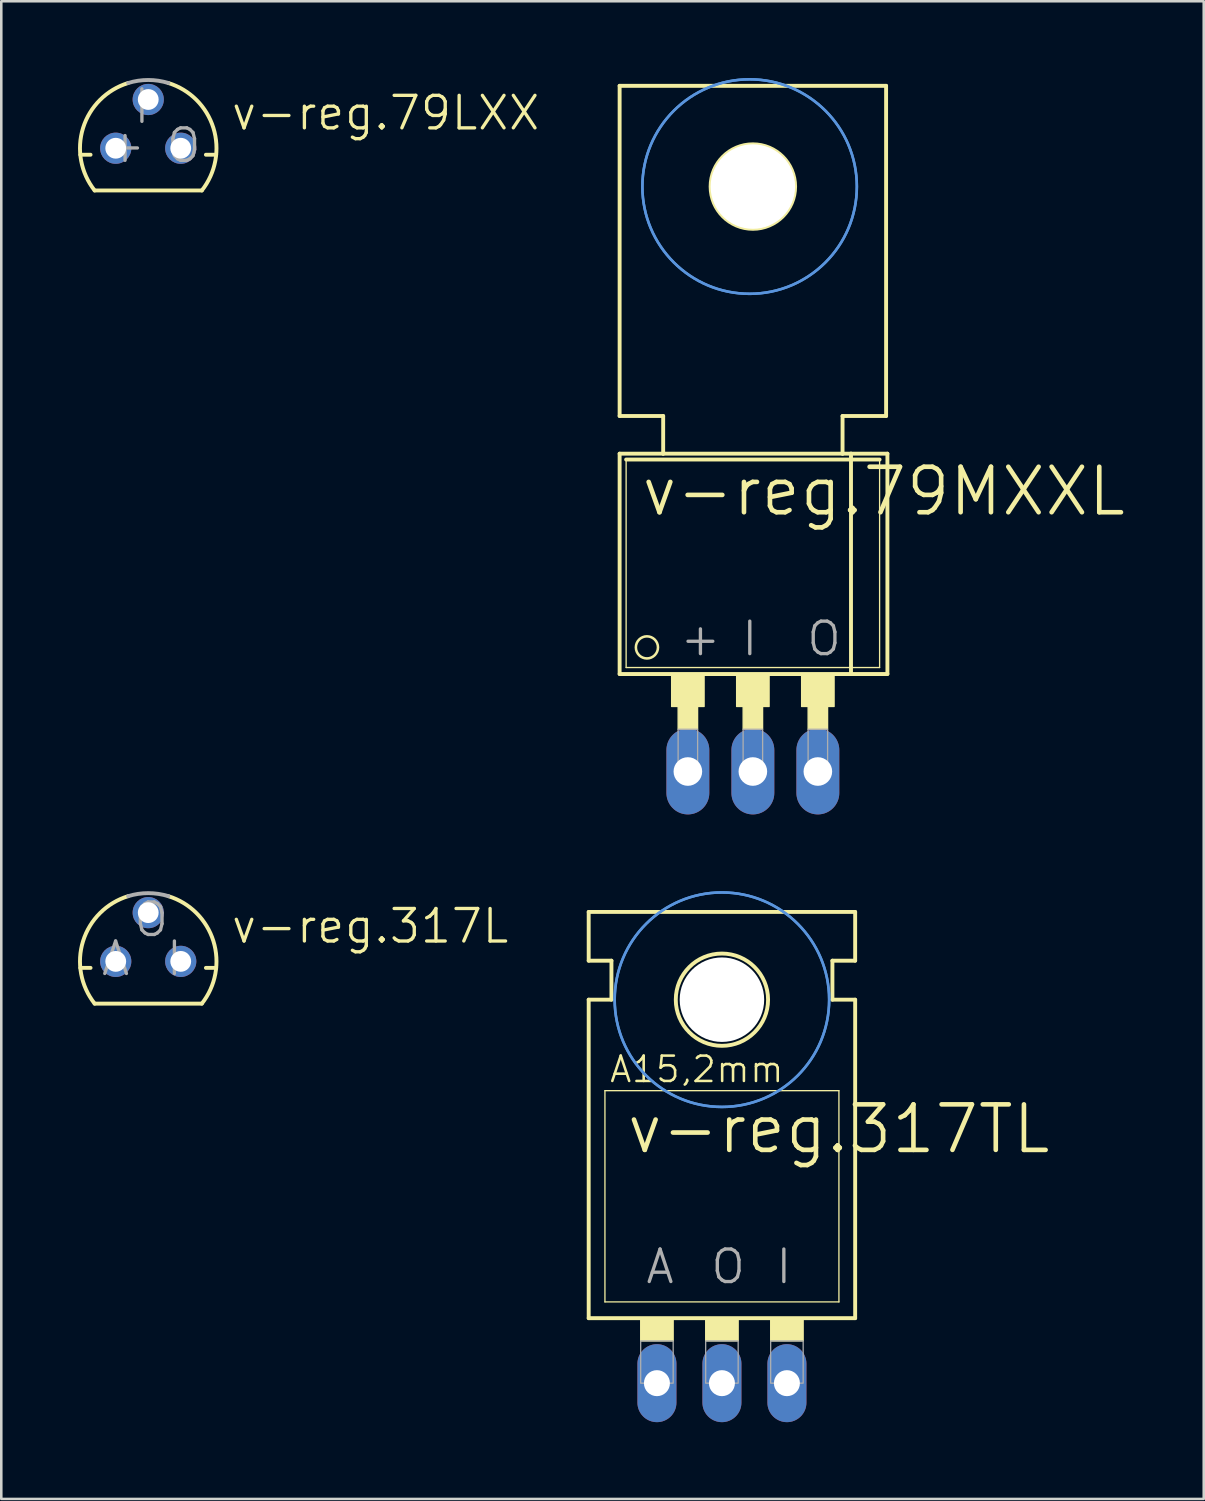
<source format=kicad_pcb>
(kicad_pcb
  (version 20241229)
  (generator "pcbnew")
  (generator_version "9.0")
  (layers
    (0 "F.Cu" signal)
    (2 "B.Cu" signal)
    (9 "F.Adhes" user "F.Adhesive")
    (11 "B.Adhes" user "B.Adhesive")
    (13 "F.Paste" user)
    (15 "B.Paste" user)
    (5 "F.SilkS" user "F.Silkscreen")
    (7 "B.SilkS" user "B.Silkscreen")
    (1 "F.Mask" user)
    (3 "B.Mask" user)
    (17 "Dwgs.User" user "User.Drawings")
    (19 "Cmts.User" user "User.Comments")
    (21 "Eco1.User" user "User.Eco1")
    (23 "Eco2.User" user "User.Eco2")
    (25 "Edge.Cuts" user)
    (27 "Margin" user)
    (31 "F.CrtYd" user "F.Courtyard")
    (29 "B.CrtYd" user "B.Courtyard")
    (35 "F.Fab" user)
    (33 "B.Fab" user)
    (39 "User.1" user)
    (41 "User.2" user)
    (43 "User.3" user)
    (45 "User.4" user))
  (footprint "v-reg.317TL"
    (layer "F.Cu")
    (at 25.163 47.194)
    (property "Reference" "v-reg.317TL" (at -3.81 -5.08 0) (layer "F.SilkS") (effects (font (size 1.778 1.778) (thickness 0.18)) (justify left bottom)))
    (attr through_hole)
    (fp_line (start -5.207 -12.7) (end -5.207 -14.605) (stroke (width 0.152) (type default)) (layer "F.SilkS"))
    (fp_line (start -5.207 -11.176) (end -4.318 -11.176) (stroke (width 0.152) (type default)) (layer "F.SilkS"))
    (fp_line (start -5.207 1.27) (end -5.207 -11.176) (stroke (width 0.152) (type default)) (layer "F.SilkS"))
    (fp_line (start -5.207 1.27) (end 5.207 1.27) (stroke (width 0.152) (type default)) (layer "F.SilkS"))
    (fp_line (start -4.572 0.635) (end -4.572 -7.62) (stroke (width 0.051) (type default)) (layer "F.SilkS"))
    (fp_line (start -4.572 0.635) (end 4.572 0.635) (stroke (width 0.051) (type default)) (layer "F.SilkS"))
    (fp_line (start -4.318 -12.7) (end -5.207 -12.7) (stroke (width 0.152) (type default)) (layer "F.SilkS"))
    (fp_line (start -4.318 -11.176) (end -4.318 -12.7) (stroke (width 0.152) (type default)) (layer "F.SilkS"))
    (fp_line (start 4.318 -12.7) (end 5.207 -12.7) (stroke (width 0.152) (type default)) (layer "F.SilkS"))
    (fp_line (start 4.318 -11.176) (end 4.318 -12.7) (stroke (width 0.152) (type default)) (layer "F.SilkS"))
    (fp_line (start 4.572 -7.62) (end -4.572 -7.62) (stroke (width 0.051) (type default)) (layer "F.SilkS"))
    (fp_line (start 4.572 -7.62) (end 4.572 0.635) (stroke (width 0.051) (type default)) (layer "F.SilkS"))
    (fp_line (start 5.207 -14.605) (end -5.207 -14.605) (stroke (width 0.152) (type default)) (layer "F.SilkS"))
    (fp_line (start 5.207 -12.7) (end 5.207 -14.605) (stroke (width 0.152) (type default)) (layer "F.SilkS"))
    (fp_line (start 5.207 -11.176) (end 4.318 -11.176) (stroke (width 0.152) (type default)) (layer "F.SilkS"))
    (fp_line (start 5.207 1.27) (end 5.207 -11.176) (stroke (width 0.152) (type default)) (layer "F.SilkS"))
    (fp_rect (start -3.175 2.159) (end -1.905 1.27) (stroke (width 0.05) (type default)) (fill yes) (layer "F.SilkS"))
    (fp_rect (start -0.635 2.159) (end 0.635 1.27) (stroke (width 0.05) (type default)) (fill yes) (layer "F.SilkS"))
    (fp_rect (start 1.905 2.159) (end 3.175 1.27) (stroke (width 0.05) (type default)) (fill yes) (layer "F.SilkS"))
    (fp_circle (center 0 -11.176) (end 1.803 -11.176) (stroke (width 0.152) (type default)) (fill no) (layer "F.SilkS"))
    (fp_circle (center 0 -11.176) (end 4.191 -11.176) (stroke (width 0.1) (type default)) (fill no) (layer "Cmts.User"))
    (fp_circle (center 0 -11.176) (end 4.191 -11.176) (stroke (width 0.1) (type default)) (fill no) (layer "Cmts.User"))
    (fp_rect (start -3.175 3.81) (end -1.905 2.159) (stroke (width 0.05) (type default)) (fill no) (layer "F.Fab"))
    (fp_rect (start -0.635 3.81) (end 0.635 2.159) (stroke (width 0.05) (type default)) (fill no) (layer "F.Fab"))
    (fp_rect (start 1.905 3.81) (end 3.175 2.159) (stroke (width 0.05) (type default)) (fill no) (layer "F.Fab"))
    (fp_text user "A15,2mm" (at -4.445 -7.874 0) (layer "F.SilkS") (effects (font (size 0.991 0.991) (thickness 0.1)) (justify left bottom)))
    (fp_text user "A" (at -3.048 0 0) (layer "F.Fab") (effects (font (size 1.27 1.27) (thickness 0.13)) (justify left bottom)))
    (fp_text user "I" (at 2.032 0 0) (layer "F.Fab") (effects (font (size 1.27 1.27) (thickness 0.13)) (justify left bottom)))
    (fp_text user "O" (at -0.508 0 0) (layer "F.Fab") (effects (font (size 1.27 1.27) (thickness 0.13)) (justify left bottom)))
    (pad "" np_thru_hole circle (at 0 -11.176) (size 3.302 3.302) (drill 3.302) (layers "*.Cu" "*.Mask"))
    (pad "1" thru_hole oval (at -2.54 3.81 90) (size 3.048 1.524) (drill 1.016) (layers "*.Cu" "*.Mask"))
    (pad "2" thru_hole oval (at 0 3.81 90) (size 3.048 1.524) (drill 1.016) (layers "*.Cu" "*.Mask"))
    (pad "3" thru_hole oval (at 2.54 3.81 90) (size 3.048 1.524) (drill 1.016) (layers "*.Cu" "*.Mask")))
  (footprint "v-reg.317L"
    (layer "F.Cu")
    (at 2.743 34.521)
    (property "Reference" "v-reg.317L" (at 3.175 -0.635 0) (layer "F.SilkS") (effects (font (size 1.27 1.27) (thickness 0.13)) (justify left bottom)))
    (attr through_hole)
    (fp_line (start -2.655 0.254) (end -2.254 0.254) (stroke (width 0.152) (type default)) (layer "F.SilkS"))
    (fp_line (start -2.095 1.651) (end 2.095 1.651) (stroke (width 0.152) (type default)) (layer "F.SilkS"))
    (fp_line (start 2.254 0.254) (end 2.655 0.254) (stroke (width 0.152) (type default)) (layer "F.SilkS"))
    (fp_arc (start -2.0946 1.651) (mid -2.54634 -0.793276) (end -0.7863 -2.5485) (stroke (width 0.1524) (type default)) (layer "F.SilkS"))
    (fp_arc (start 0.7868 -2.5484) (mid 2.54677 -0.793201) (end 2.095 1.651) (stroke (width 0.1524) (type default)) (layer "F.SilkS"))
    (fp_arc (start -0.7863 -2.5485) (mid 0 -2.667043) (end 0.7863 -2.5485) (stroke (width 0.1524) (type default)) (layer "F.Fab"))
    (fp_text user "O" (at -0.635 -0.889 0) (layer "F.Fab") (effects (font (size 1.27 1.27) (thickness 0.13)) (justify left bottom)))
    (fp_text user "A" (at -1.905 0.635 0) (layer "F.Fab") (effects (font (size 1.27 1.27) (thickness 0.13)) (justify left bottom)))
    (fp_text user "I" (at 0.635 0.635 0) (layer "F.Fab") (effects (font (size 1.27 1.27) (thickness 0.13)) (justify left bottom)))
    (pad "1" thru_hole circle (at -1.27 0) (size 1.219 1.219) (drill 0.813) (layers "*.Cu" "*.Mask"))
    (pad "2" thru_hole circle (at 0 -1.905) (size 1.219 1.219) (drill 0.813) (layers "*.Cu" "*.Mask"))
    (pad "3" thru_hole circle (at 1.27 0) (size 1.219 1.219) (drill 0.813) (layers "*.Cu" "*.Mask")))
  (footprint "v-reg.79LXX"
    (layer "F.Cu")
    (at 2.743 2.743)
    (property "Reference" "v-reg.79LXX" (at 3.175 -0.635 0) (layer "F.SilkS") (effects (font (size 1.27 1.27) (thickness 0.13)) (justify left bottom)))
    (attr through_hole)
    (fp_line (start -2.655 0.254) (end -2.254 0.254) (stroke (width 0.152) (type default)) (layer "F.SilkS"))
    (fp_line (start -2.095 1.651) (end 2.095 1.651) (stroke (width 0.152) (type default)) (layer "F.SilkS"))
    (fp_line (start 2.254 0.254) (end 2.655 0.254) (stroke (width 0.152) (type default)) (layer "F.SilkS"))
    (fp_arc (start -2.0946 1.651) (mid -2.54634 -0.793276) (end -0.7863 -2.5485) (stroke (width 0.1524) (type default)) (layer "F.SilkS"))
    (fp_arc (start 0.7868 -2.5484) (mid 2.54677 -0.793201) (end 2.095 1.651) (stroke (width 0.1524) (type default)) (layer "F.SilkS"))
    (fp_arc (start -0.7863 -2.5485) (mid 0 -2.667043) (end 0.7863 -2.5485) (stroke (width 0.1524) (type default)) (layer "F.Fab"))
    (fp_text user "+" (at -1.778 0.635 0) (layer "F.Fab") (effects (font (size 1.27 1.27) (thickness 0.13)) (justify left bottom)))
    (fp_text user "I" (at -0.635 -0.889 0) (layer "F.Fab") (effects (font (size 1.27 1.27) (thickness 0.13)) (justify left bottom)))
    (fp_text user "O" (at 0.635 0.635 0) (layer "F.Fab") (effects (font (size 1.27 1.27) (thickness 0.13)) (justify left bottom)))
    (pad "GND" thru_hole circle (at -1.27 0) (size 1.219 1.219) (drill 0.813) (layers "*.Cu" "*.Mask"))
    (pad "IN" thru_hole circle (at 0 -1.905) (size 1.219 1.219) (drill 0.813) (layers "*.Cu" "*.Mask"))
    (pad "OUT" thru_hole circle (at 1.27 0) (size 1.219 1.219) (drill 0.813) (layers "*.Cu" "*.Mask")))
  (footprint "v-reg.79MXXL"
    (layer "F.Cu")
    (at 26.372 22.021)
    (property "Reference" "v-reg.79MXXL" (at -4.445 -4.826 0) (layer "F.SilkS") (effects (font (size 1.778 1.778) (thickness 0.18)) (justify left bottom)))
    (attr through_hole)
    (fp_line (start -5.207 -21.717) (end -5.207 -8.814) (stroke (width 0.152) (type default)) (layer "F.SilkS"))
    (fp_line (start -5.207 -7.341) (end -3.505 -7.341) (stroke (width 0.152) (type default)) (layer "F.SilkS"))
    (fp_line (start -5.207 1.27) (end -5.207 -7.341) (stroke (width 0.152) (type default)) (layer "F.SilkS"))
    (fp_line (start -5.207 1.27) (end 3.835 1.27) (stroke (width 0.152) (type default)) (layer "F.SilkS"))
    (fp_line (start -4.953 1.016) (end -4.953 -7.112) (stroke (width 0.051) (type default)) (layer "F.SilkS"))
    (fp_line (start -4.953 1.016) (end 4.953 1.016) (stroke (width 0.051) (type default)) (layer "F.SilkS"))
    (fp_line (start -3.505 -8.814) (end -5.207 -8.814) (stroke (width 0.152) (type default)) (layer "F.SilkS"))
    (fp_line (start -3.505 -7.341) (end -3.505 -8.814) (stroke (width 0.152) (type default)) (layer "F.SilkS"))
    (fp_line (start -3.505 -7.341) (end 3.505 -7.341) (stroke (width 0.152) (type default)) (layer "F.SilkS"))
    (fp_line (start 3.505 -8.814) (end 3.505 -7.341) (stroke (width 0.152) (type default)) (layer "F.SilkS"))
    (fp_line (start 3.505 -7.341) (end 3.835 -7.341) (stroke (width 0.152) (type default)) (layer "F.SilkS"))
    (fp_line (start 3.835 -7.341) (end 5.258 -7.341) (stroke (width 0.152) (type default)) (layer "F.SilkS"))
    (fp_line (start 3.835 1.27) (end 3.835 -7.341) (stroke (width 0.152) (type default)) (layer "F.SilkS"))
    (fp_line (start 3.835 1.27) (end 5.258 1.27) (stroke (width 0.152) (type default)) (layer "F.SilkS"))
    (fp_line (start 4.953 -7.112) (end -4.953 -7.112) (stroke (width 0.152) (type default)) (layer "F.SilkS"))
    (fp_line (start 4.953 -7.112) (end 4.953 1.016) (stroke (width 0.051) (type default)) (layer "F.SilkS"))
    (fp_line (start 5.207 -21.717) (end -5.207 -21.717) (stroke (width 0.152) (type default)) (layer "F.SilkS"))
    (fp_line (start 5.207 -21.717) (end 5.207 -8.814) (stroke (width 0.152) (type default)) (layer "F.SilkS"))
    (fp_line (start 5.207 -8.814) (end 3.505 -8.814) (stroke (width 0.152) (type default)) (layer "F.SilkS"))
    (fp_line (start 5.258 1.27) (end 5.258 -7.341) (stroke (width 0.152) (type default)) (layer "F.SilkS"))
    (fp_rect (start -3.175 2.54) (end -1.905 1.27) (stroke (width 0.05) (type default)) (fill yes) (layer "F.SilkS"))
    (fp_rect (start -2.921 3.429) (end -2.159 2.54) (stroke (width 0.05) (type default)) (fill yes) (layer "F.SilkS"))
    (fp_rect (start -0.635 2.54) (end 0.635 1.27) (stroke (width 0.05) (type default)) (fill yes) (layer "F.SilkS"))
    (fp_rect (start -0.381 3.429) (end 0.381 2.54) (stroke (width 0.05) (type default)) (fill yes) (layer "F.SilkS"))
    (fp_rect (start 1.905 2.54) (end 3.175 1.27) (stroke (width 0.05) (type default)) (fill yes) (layer "F.SilkS"))
    (fp_rect (start 2.159 3.429) (end 2.921 2.54) (stroke (width 0.05) (type default)) (fill yes) (layer "F.SilkS"))
    (fp_circle (center -4.14 0.229) (end -3.708 0.229) (stroke (width 0.1) (type default)) (fill no) (layer "F.SilkS"))
    (fp_circle (center 0 -17.78) (end 1.651 -17.78) (stroke (width 0.152) (type default)) (fill no) (layer "F.SilkS"))
    (fp_circle (center -0.127 -17.78) (end 4.064 -17.78) (stroke (width 0.1) (type default)) (fill no) (layer "Cmts.User"))
    (fp_circle (center -0.127 -17.78) (end 4.064 -17.78) (stroke (width 0.1) (type default)) (fill no) (layer "Cmts.User"))
    (fp_rect (start -2.921 5.08) (end -2.159 3.429) (stroke (width 0.05) (type default)) (fill no) (layer "F.Fab"))
    (fp_rect (start -0.381 5.08) (end 0.381 3.429) (stroke (width 0.05) (type default)) (fill no) (layer "F.Fab"))
    (fp_rect (start 2.159 5.08) (end 2.921 3.429) (stroke (width 0.05) (type default)) (fill no) (layer "F.Fab"))
    (fp_text user "+" (at -2.921 0.635 0) (layer "F.Fab") (effects (font (size 1.27 1.27) (thickness 0.13)) (justify left bottom)))
    (fp_text user "I" (at -0.508 0.635 0) (layer "F.Fab") (effects (font (size 1.27 1.27) (thickness 0.13)) (justify left bottom)))
    (fp_text user "O" (at 2.032 0.635 0) (layer "F.Fab") (effects (font (size 1.27 1.27) (thickness 0.13)) (justify left bottom)))
    (pad "" np_thru_hole circle (at 0 -17.78) (size 3.302 3.302) (drill 3.302) (layers "*.Cu" "*.Mask"))
    (pad "GND" thru_hole oval (at -2.54 5.08 90) (size 3.353 1.676) (drill 1.118) (layers "*.Cu" "*.Mask"))
    (pad "IN" thru_hole oval (at 0 5.08 90) (size 3.353 1.676) (drill 1.118) (layers "*.Cu" "*.Mask"))
    (pad "OUT" thru_hole oval (at 2.54 5.08 90) (size 3.353 1.676) (drill 1.118) (layers "*.Cu" "*.Mask")))
  (gr_rect
    (start -3 -3)
    (end 43.992 55.528)
    (stroke (width 0.1) (type default))
    (fill no)
    (layer "Edge.Cuts")))
</source>
